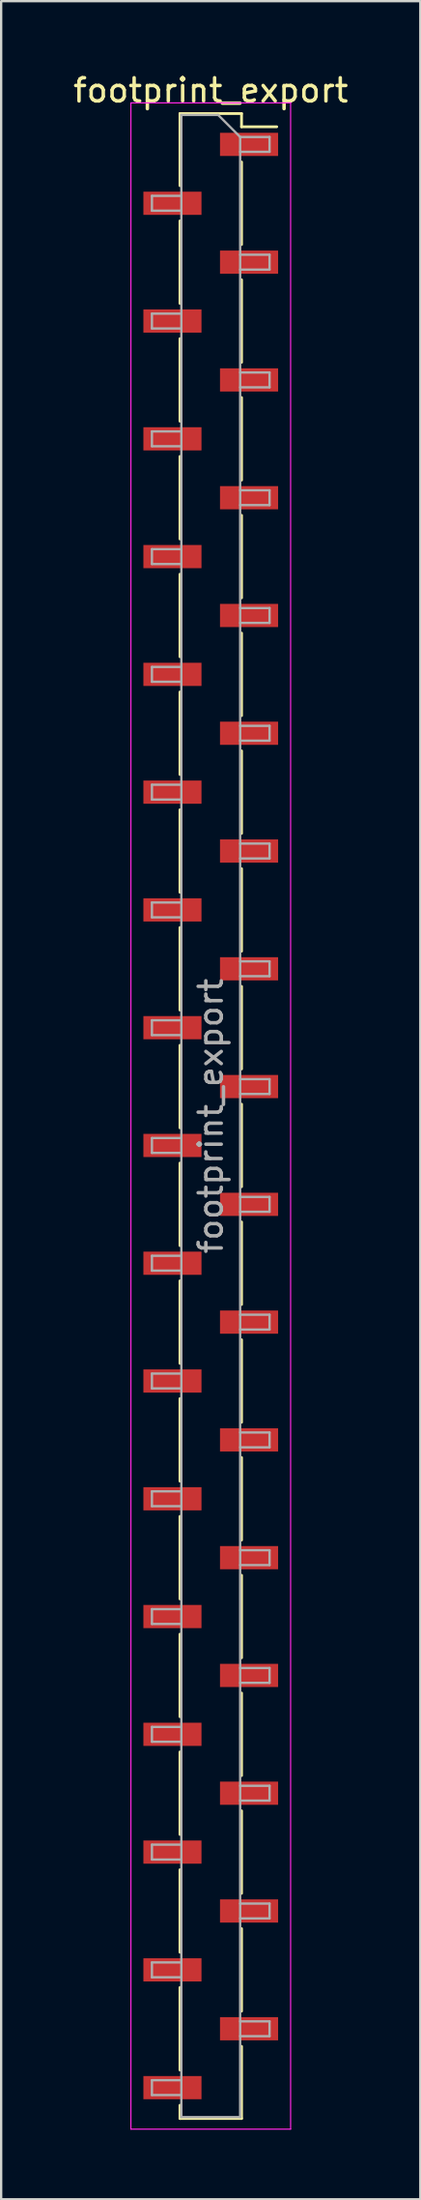
<source format=kicad_pcb>
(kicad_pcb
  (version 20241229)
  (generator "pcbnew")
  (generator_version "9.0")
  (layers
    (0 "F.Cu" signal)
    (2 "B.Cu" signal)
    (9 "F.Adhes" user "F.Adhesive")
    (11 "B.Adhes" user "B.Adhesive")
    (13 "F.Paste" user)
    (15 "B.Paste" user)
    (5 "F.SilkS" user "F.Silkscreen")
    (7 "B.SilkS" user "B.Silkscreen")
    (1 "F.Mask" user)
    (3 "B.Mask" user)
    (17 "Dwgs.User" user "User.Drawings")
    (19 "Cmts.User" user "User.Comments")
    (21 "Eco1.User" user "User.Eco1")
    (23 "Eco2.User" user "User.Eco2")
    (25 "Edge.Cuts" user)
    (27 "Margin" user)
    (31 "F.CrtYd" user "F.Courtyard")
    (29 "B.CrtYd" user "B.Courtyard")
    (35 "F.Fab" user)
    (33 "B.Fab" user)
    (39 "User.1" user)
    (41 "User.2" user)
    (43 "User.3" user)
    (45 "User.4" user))
  (footprint "footprint_export"
    (layer "F.Cu")
    (at 6.054 45.088)
    (property "Reference" "footprint_export" (at 0 -44.24 0) (layer "F.SilkS") (effects (font (size 1 1) (thickness 0.15))))
    (attr smd)
    (fp_line (start -1.33 -43.24) (end -1.33 -40.13) (stroke (width 0.12) (type solid)) (layer "F.SilkS"))
    (fp_line (start -1.33 -43.24) (end 1.33 -43.24) (stroke (width 0.12) (type solid)) (layer "F.SilkS"))
    (fp_line (start -1.33 -38.61) (end -1.33 -35.05) (stroke (width 0.12) (type solid)) (layer "F.SilkS"))
    (fp_line (start -1.33 -33.53) (end -1.33 -29.97) (stroke (width 0.12) (type solid)) (layer "F.SilkS"))
    (fp_line (start -1.33 -28.45) (end -1.33 -24.89) (stroke (width 0.12) (type solid)) (layer "F.SilkS"))
    (fp_line (start -1.33 -23.37) (end -1.33 -19.81) (stroke (width 0.12) (type solid)) (layer "F.SilkS"))
    (fp_line (start -1.33 -18.29) (end -1.33 -14.73) (stroke (width 0.12) (type solid)) (layer "F.SilkS"))
    (fp_line (start -1.33 -13.21) (end -1.33 -9.65) (stroke (width 0.12) (type solid)) (layer "F.SilkS"))
    (fp_line (start -1.33 -8.13) (end -1.33 -4.57) (stroke (width 0.12) (type solid)) (layer "F.SilkS"))
    (fp_line (start -1.33 -3.05) (end -1.33 0.51) (stroke (width 0.12) (type solid)) (layer "F.SilkS"))
    (fp_line (start -1.33 2.03) (end -1.33 5.59) (stroke (width 0.12) (type solid)) (layer "F.SilkS"))
    (fp_line (start -1.33 7.11) (end -1.33 10.67) (stroke (width 0.12) (type solid)) (layer "F.SilkS"))
    (fp_line (start -1.33 12.19) (end -1.33 15.75) (stroke (width 0.12) (type solid)) (layer "F.SilkS"))
    (fp_line (start -1.33 17.27) (end -1.33 20.83) (stroke (width 0.12) (type solid)) (layer "F.SilkS"))
    (fp_line (start -1.33 22.35) (end -1.33 25.91) (stroke (width 0.12) (type solid)) (layer "F.SilkS"))
    (fp_line (start -1.33 27.43) (end -1.33 30.99) (stroke (width 0.12) (type solid)) (layer "F.SilkS"))
    (fp_line (start -1.33 32.51) (end -1.33 36.07) (stroke (width 0.12) (type solid)) (layer "F.SilkS"))
    (fp_line (start -1.33 37.59) (end -1.33 41.15) (stroke (width 0.12) (type solid)) (layer "F.SilkS"))
    (fp_line (start -1.33 42.67) (end -1.33 43.24) (stroke (width 0.12) (type solid)) (layer "F.SilkS"))
    (fp_line (start -1.33 43.24) (end 1.33 43.24) (stroke (width 0.12) (type solid)) (layer "F.SilkS"))
    (fp_line (start 1.33 -43.24) (end 1.33 -42.67) (stroke (width 0.12) (type solid)) (layer "F.SilkS"))
    (fp_line (start 1.33 -42.67) (end 2.85 -42.67) (stroke (width 0.12) (type solid)) (layer "F.SilkS"))
    (fp_line (start 1.33 -41.15) (end 1.33 -37.59) (stroke (width 0.12) (type solid)) (layer "F.SilkS"))
    (fp_line (start 1.33 -36.07) (end 1.33 -32.51) (stroke (width 0.12) (type solid)) (layer "F.SilkS"))
    (fp_line (start 1.33 -30.99) (end 1.33 -27.43) (stroke (width 0.12) (type solid)) (layer "F.SilkS"))
    (fp_line (start 1.33 -25.91) (end 1.33 -22.35) (stroke (width 0.12) (type solid)) (layer "F.SilkS"))
    (fp_line (start 1.33 -20.83) (end 1.33 -17.27) (stroke (width 0.12) (type solid)) (layer "F.SilkS"))
    (fp_line (start 1.33 -15.75) (end 1.33 -12.19) (stroke (width 0.12) (type solid)) (layer "F.SilkS"))
    (fp_line (start 1.33 -10.67) (end 1.33 -7.11) (stroke (width 0.12) (type solid)) (layer "F.SilkS"))
    (fp_line (start 1.33 -5.59) (end 1.33 -2.03) (stroke (width 0.12) (type solid)) (layer "F.SilkS"))
    (fp_line (start 1.33 -0.51) (end 1.33 3.05) (stroke (width 0.12) (type solid)) (layer "F.SilkS"))
    (fp_line (start 1.33 4.57) (end 1.33 8.13) (stroke (width 0.12) (type solid)) (layer "F.SilkS"))
    (fp_line (start 1.33 9.65) (end 1.33 13.21) (stroke (width 0.12) (type solid)) (layer "F.SilkS"))
    (fp_line (start 1.33 14.73) (end 1.33 18.29) (stroke (width 0.12) (type solid)) (layer "F.SilkS"))
    (fp_line (start 1.33 19.81) (end 1.33 23.37) (stroke (width 0.12) (type solid)) (layer "F.SilkS"))
    (fp_line (start 1.33 24.89) (end 1.33 28.45) (stroke (width 0.12) (type solid)) (layer "F.SilkS"))
    (fp_line (start 1.33 29.97) (end 1.33 33.53) (stroke (width 0.12) (type solid)) (layer "F.SilkS"))
    (fp_line (start 1.33 35.05) (end 1.33 38.61) (stroke (width 0.12) (type solid)) (layer "F.SilkS"))
    (fp_line (start 1.33 40.13) (end 1.33 43.24) (stroke (width 0.12) (type solid)) (layer "F.SilkS"))
    (fp_line (start -3.45 -43.7) (end -3.45 43.7) (stroke (width 0.05) (type solid)) (layer "F.CrtYd"))
    (fp_line (start -3.45 43.7) (end 3.45 43.7) (stroke (width 0.05) (type solid)) (layer "F.CrtYd"))
    (fp_line (start 3.45 -43.7) (end -3.45 -43.7) (stroke (width 0.05) (type solid)) (layer "F.CrtYd"))
    (fp_line (start 3.45 43.7) (end 3.45 -43.7) (stroke (width 0.05) (type solid)) (layer "F.CrtYd"))
    (fp_line (start -2.54 -39.69) (end -2.54 -39.05) (stroke (width 0.1) (type solid)) (layer "F.Fab"))
    (fp_line (start -2.54 -39.05) (end -1.27 -39.05) (stroke (width 0.1) (type solid)) (layer "F.Fab"))
    (fp_line (start -2.54 -34.61) (end -2.54 -33.97) (stroke (width 0.1) (type solid)) (layer "F.Fab"))
    (fp_line (start -2.54 -33.97) (end -1.27 -33.97) (stroke (width 0.1) (type solid)) (layer "F.Fab"))
    (fp_line (start -2.54 -29.53) (end -2.54 -28.89) (stroke (width 0.1) (type solid)) (layer "F.Fab"))
    (fp_line (start -2.54 -28.89) (end -1.27 -28.89) (stroke (width 0.1) (type solid)) (layer "F.Fab"))
    (fp_line (start -2.54 -24.45) (end -2.54 -23.81) (stroke (width 0.1) (type solid)) (layer "F.Fab"))
    (fp_line (start -2.54 -23.81) (end -1.27 -23.81) (stroke (width 0.1) (type solid)) (layer "F.Fab"))
    (fp_line (start -2.54 -19.37) (end -2.54 -18.73) (stroke (width 0.1) (type solid)) (layer "F.Fab"))
    (fp_line (start -2.54 -18.73) (end -1.27 -18.73) (stroke (width 0.1) (type solid)) (layer "F.Fab"))
    (fp_line (start -2.54 -14.29) (end -2.54 -13.65) (stroke (width 0.1) (type solid)) (layer "F.Fab"))
    (fp_line (start -2.54 -13.65) (end -1.27 -13.65) (stroke (width 0.1) (type solid)) (layer "F.Fab"))
    (fp_line (start -2.54 -9.21) (end -2.54 -8.57) (stroke (width 0.1) (type solid)) (layer "F.Fab"))
    (fp_line (start -2.54 -8.57) (end -1.27 -8.57) (stroke (width 0.1) (type solid)) (layer "F.Fab"))
    (fp_line (start -2.54 -4.13) (end -2.54 -3.49) (stroke (width 0.1) (type solid)) (layer "F.Fab"))
    (fp_line (start -2.54 -3.49) (end -1.27 -3.49) (stroke (width 0.1) (type solid)) (layer "F.Fab"))
    (fp_line (start -2.54 0.95) (end -2.54 1.59) (stroke (width 0.1) (type solid)) (layer "F.Fab"))
    (fp_line (start -2.54 1.59) (end -1.27 1.59) (stroke (width 0.1) (type solid)) (layer "F.Fab"))
    (fp_line (start -2.54 6.03) (end -2.54 6.67) (stroke (width 0.1) (type solid)) (layer "F.Fab"))
    (fp_line (start -2.54 6.67) (end -1.27 6.67) (stroke (width 0.1) (type solid)) (layer "F.Fab"))
    (fp_line (start -2.54 11.11) (end -2.54 11.75) (stroke (width 0.1) (type solid)) (layer "F.Fab"))
    (fp_line (start -2.54 11.75) (end -1.27 11.75) (stroke (width 0.1) (type solid)) (layer "F.Fab"))
    (fp_line (start -2.54 16.19) (end -2.54 16.83) (stroke (width 0.1) (type solid)) (layer "F.Fab"))
    (fp_line (start -2.54 16.83) (end -1.27 16.83) (stroke (width 0.1) (type solid)) (layer "F.Fab"))
    (fp_line (start -2.54 21.27) (end -2.54 21.91) (stroke (width 0.1) (type solid)) (layer "F.Fab"))
    (fp_line (start -2.54 21.91) (end -1.27 21.91) (stroke (width 0.1) (type solid)) (layer "F.Fab"))
    (fp_line (start -2.54 26.35) (end -2.54 26.99) (stroke (width 0.1) (type solid)) (layer "F.Fab"))
    (fp_line (start -2.54 26.99) (end -1.27 26.99) (stroke (width 0.1) (type solid)) (layer "F.Fab"))
    (fp_line (start -2.54 31.43) (end -2.54 32.07) (stroke (width 0.1) (type solid)) (layer "F.Fab"))
    (fp_line (start -2.54 32.07) (end -1.27 32.07) (stroke (width 0.1) (type solid)) (layer "F.Fab"))
    (fp_line (start -2.54 36.51) (end -2.54 37.15) (stroke (width 0.1) (type solid)) (layer "F.Fab"))
    (fp_line (start -2.54 37.15) (end -1.27 37.15) (stroke (width 0.1) (type solid)) (layer "F.Fab"))
    (fp_line (start -2.54 41.59) (end -2.54 42.23) (stroke (width 0.1) (type solid)) (layer "F.Fab"))
    (fp_line (start -2.54 42.23) (end -1.27 42.23) (stroke (width 0.1) (type solid)) (layer "F.Fab"))
    (fp_line (start -1.27 -43.18) (end -1.27 43.18) (stroke (width 0.1) (type solid)) (layer "F.Fab"))
    (fp_line (start -1.27 -43.18) (end 0.32 -43.18) (stroke (width 0.1) (type solid)) (layer "F.Fab"))
    (fp_line (start -1.27 -39.69) (end -2.54 -39.69) (stroke (width 0.1) (type solid)) (layer "F.Fab"))
    (fp_line (start -1.27 -34.61) (end -2.54 -34.61) (stroke (width 0.1) (type solid)) (layer "F.Fab"))
    (fp_line (start -1.27 -29.53) (end -2.54 -29.53) (stroke (width 0.1) (type solid)) (layer "F.Fab"))
    (fp_line (start -1.27 -24.45) (end -2.54 -24.45) (stroke (width 0.1) (type solid)) (layer "F.Fab"))
    (fp_line (start -1.27 -19.37) (end -2.54 -19.37) (stroke (width 0.1) (type solid)) (layer "F.Fab"))
    (fp_line (start -1.27 -14.29) (end -2.54 -14.29) (stroke (width 0.1) (type solid)) (layer "F.Fab"))
    (fp_line (start -1.27 -9.21) (end -2.54 -9.21) (stroke (width 0.1) (type solid)) (layer "F.Fab"))
    (fp_line (start -1.27 -4.13) (end -2.54 -4.13) (stroke (width 0.1) (type solid)) (layer "F.Fab"))
    (fp_line (start -1.27 0.95) (end -2.54 0.95) (stroke (width 0.1) (type solid)) (layer "F.Fab"))
    (fp_line (start -1.27 6.03) (end -2.54 6.03) (stroke (width 0.1) (type solid)) (layer "F.Fab"))
    (fp_line (start -1.27 11.11) (end -2.54 11.11) (stroke (width 0.1) (type solid)) (layer "F.Fab"))
    (fp_line (start -1.27 16.19) (end -2.54 16.19) (stroke (width 0.1) (type solid)) (layer "F.Fab"))
    (fp_line (start -1.27 21.27) (end -2.54 21.27) (stroke (width 0.1) (type solid)) (layer "F.Fab"))
    (fp_line (start -1.27 26.35) (end -2.54 26.35) (stroke (width 0.1) (type solid)) (layer "F.Fab"))
    (fp_line (start -1.27 31.43) (end -2.54 31.43) (stroke (width 0.1) (type solid)) (layer "F.Fab"))
    (fp_line (start -1.27 36.51) (end -2.54 36.51) (stroke (width 0.1) (type solid)) (layer "F.Fab"))
    (fp_line (start -1.27 41.59) (end -2.54 41.59) (stroke (width 0.1) (type solid)) (layer "F.Fab"))
    (fp_line (start 1.27 -42.23) (end 0.32 -43.18) (stroke (width 0.1) (type solid)) (layer "F.Fab"))
    (fp_line (start 1.27 -42.23) (end 2.54 -42.23) (stroke (width 0.1) (type solid)) (layer "F.Fab"))
    (fp_line (start 1.27 -37.15) (end 2.54 -37.15) (stroke (width 0.1) (type solid)) (layer "F.Fab"))
    (fp_line (start 1.27 -32.07) (end 2.54 -32.07) (stroke (width 0.1) (type solid)) (layer "F.Fab"))
    (fp_line (start 1.27 -26.99) (end 2.54 -26.99) (stroke (width 0.1) (type solid)) (layer "F.Fab"))
    (fp_line (start 1.27 -21.91) (end 2.54 -21.91) (stroke (width 0.1) (type solid)) (layer "F.Fab"))
    (fp_line (start 1.27 -16.83) (end 2.54 -16.83) (stroke (width 0.1) (type solid)) (layer "F.Fab"))
    (fp_line (start 1.27 -11.75) (end 2.54 -11.75) (stroke (width 0.1) (type solid)) (layer "F.Fab"))
    (fp_line (start 1.27 -6.67) (end 2.54 -6.67) (stroke (width 0.1) (type solid)) (layer "F.Fab"))
    (fp_line (start 1.27 -1.59) (end 2.54 -1.59) (stroke (width 0.1) (type solid)) (layer "F.Fab"))
    (fp_line (start 1.27 3.49) (end 2.54 3.49) (stroke (width 0.1) (type solid)) (layer "F.Fab"))
    (fp_line (start 1.27 8.57) (end 2.54 8.57) (stroke (width 0.1) (type solid)) (layer "F.Fab"))
    (fp_line (start 1.27 13.65) (end 2.54 13.65) (stroke (width 0.1) (type solid)) (layer "F.Fab"))
    (fp_line (start 1.27 18.73) (end 2.54 18.73) (stroke (width 0.1) (type solid)) (layer "F.Fab"))
    (fp_line (start 1.27 23.81) (end 2.54 23.81) (stroke (width 0.1) (type solid)) (layer "F.Fab"))
    (fp_line (start 1.27 28.89) (end 2.54 28.89) (stroke (width 0.1) (type solid)) (layer "F.Fab"))
    (fp_line (start 1.27 33.97) (end 2.54 33.97) (stroke (width 0.1) (type solid)) (layer "F.Fab"))
    (fp_line (start 1.27 39.05) (end 2.54 39.05) (stroke (width 0.1) (type solid)) (layer "F.Fab"))
    (fp_line (start 1.27 43.18) (end -1.27 43.18) (stroke (width 0.1) (type solid)) (layer "F.Fab"))
    (fp_line (start 1.27 43.18) (end 1.27 -42.23) (stroke (width 0.1) (type solid)) (layer "F.Fab"))
    (fp_line (start 2.54 -42.23) (end 2.54 -41.59) (stroke (width 0.1) (type solid)) (layer "F.Fab"))
    (fp_line (start 2.54 -41.59) (end 1.27 -41.59) (stroke (width 0.1) (type solid)) (layer "F.Fab"))
    (fp_line (start 2.54 -37.15) (end 2.54 -36.51) (stroke (width 0.1) (type solid)) (layer "F.Fab"))
    (fp_line (start 2.54 -36.51) (end 1.27 -36.51) (stroke (width 0.1) (type solid)) (layer "F.Fab"))
    (fp_line (start 2.54 -32.07) (end 2.54 -31.43) (stroke (width 0.1) (type solid)) (layer "F.Fab"))
    (fp_line (start 2.54 -31.43) (end 1.27 -31.43) (stroke (width 0.1) (type solid)) (layer "F.Fab"))
    (fp_line (start 2.54 -26.99) (end 2.54 -26.35) (stroke (width 0.1) (type solid)) (layer "F.Fab"))
    (fp_line (start 2.54 -26.35) (end 1.27 -26.35) (stroke (width 0.1) (type solid)) (layer "F.Fab"))
    (fp_line (start 2.54 -21.91) (end 2.54 -21.27) (stroke (width 0.1) (type solid)) (layer "F.Fab"))
    (fp_line (start 2.54 -21.27) (end 1.27 -21.27) (stroke (width 0.1) (type solid)) (layer "F.Fab"))
    (fp_line (start 2.54 -16.83) (end 2.54 -16.19) (stroke (width 0.1) (type solid)) (layer "F.Fab"))
    (fp_line (start 2.54 -16.19) (end 1.27 -16.19) (stroke (width 0.1) (type solid)) (layer "F.Fab"))
    (fp_line (start 2.54 -11.75) (end 2.54 -11.11) (stroke (width 0.1) (type solid)) (layer "F.Fab"))
    (fp_line (start 2.54 -11.11) (end 1.27 -11.11) (stroke (width 0.1) (type solid)) (layer "F.Fab"))
    (fp_line (start 2.54 -6.67) (end 2.54 -6.03) (stroke (width 0.1) (type solid)) (layer "F.Fab"))
    (fp_line (start 2.54 -6.03) (end 1.27 -6.03) (stroke (width 0.1) (type solid)) (layer "F.Fab"))
    (fp_line (start 2.54 -1.59) (end 2.54 -0.95) (stroke (width 0.1) (type solid)) (layer "F.Fab"))
    (fp_line (start 2.54 -0.95) (end 1.27 -0.95) (stroke (width 0.1) (type solid)) (layer "F.Fab"))
    (fp_line (start 2.54 3.49) (end 2.54 4.13) (stroke (width 0.1) (type solid)) (layer "F.Fab"))
    (fp_line (start 2.54 4.13) (end 1.27 4.13) (stroke (width 0.1) (type solid)) (layer "F.Fab"))
    (fp_line (start 2.54 8.57) (end 2.54 9.21) (stroke (width 0.1) (type solid)) (layer "F.Fab"))
    (fp_line (start 2.54 9.21) (end 1.27 9.21) (stroke (width 0.1) (type solid)) (layer "F.Fab"))
    (fp_line (start 2.54 13.65) (end 2.54 14.29) (stroke (width 0.1) (type solid)) (layer "F.Fab"))
    (fp_line (start 2.54 14.29) (end 1.27 14.29) (stroke (width 0.1) (type solid)) (layer "F.Fab"))
    (fp_line (start 2.54 18.73) (end 2.54 19.37) (stroke (width 0.1) (type solid)) (layer "F.Fab"))
    (fp_line (start 2.54 19.37) (end 1.27 19.37) (stroke (width 0.1) (type solid)) (layer "F.Fab"))
    (fp_line (start 2.54 23.81) (end 2.54 24.45) (stroke (width 0.1) (type solid)) (layer "F.Fab"))
    (fp_line (start 2.54 24.45) (end 1.27 24.45) (stroke (width 0.1) (type solid)) (layer "F.Fab"))
    (fp_line (start 2.54 28.89) (end 2.54 29.53) (stroke (width 0.1) (type solid)) (layer "F.Fab"))
    (fp_line (start 2.54 29.53) (end 1.27 29.53) (stroke (width 0.1) (type solid)) (layer "F.Fab"))
    (fp_line (start 2.54 33.97) (end 2.54 34.61) (stroke (width 0.1) (type solid)) (layer "F.Fab"))
    (fp_line (start 2.54 34.61) (end 1.27 34.61) (stroke (width 0.1) (type solid)) (layer "F.Fab"))
    (fp_line (start 2.54 39.05) (end 2.54 39.69) (stroke (width 0.1) (type solid)) (layer "F.Fab"))
    (fp_line (start 2.54 39.69) (end 1.27 39.69) (stroke (width 0.1) (type solid)) (layer "F.Fab"))
    (fp_text user "${REFERENCE}" (at 0 0 90) (layer "F.Fab") (effects (font (size 1 1) (thickness 0.15))))
    (pad "1" smd rect (at 1.655 -41.91) (size 2.51 1) (layers "F.Cu" "F.Mask" "F.Paste"))
    (pad "2" smd rect (at -1.655 -39.37) (size 2.51 1) (layers "F.Cu" "F.Mask" "F.Paste"))
    (pad "3" smd rect (at 1.655 -36.83) (size 2.51 1) (layers "F.Cu" "F.Mask" "F.Paste"))
    (pad "4" smd rect (at -1.655 -34.29) (size 2.51 1) (layers "F.Cu" "F.Mask" "F.Paste"))
    (pad "5" smd rect (at 1.655 -31.75) (size 2.51 1) (layers "F.Cu" "F.Mask" "F.Paste"))
    (pad "6" smd rect (at -1.655 -29.21) (size 2.51 1) (layers "F.Cu" "F.Mask" "F.Paste"))
    (pad "7" smd rect (at 1.655 -26.67) (size 2.51 1) (layers "F.Cu" "F.Mask" "F.Paste"))
    (pad "8" smd rect (at -1.655 -24.13) (size 2.51 1) (layers "F.Cu" "F.Mask" "F.Paste"))
    (pad "9" smd rect (at 1.655 -21.59) (size 2.51 1) (layers "F.Cu" "F.Mask" "F.Paste"))
    (pad "10" smd rect (at -1.655 -19.05) (size 2.51 1) (layers "F.Cu" "F.Mask" "F.Paste"))
    (pad "11" smd rect (at 1.655 -16.51) (size 2.51 1) (layers "F.Cu" "F.Mask" "F.Paste"))
    (pad "12" smd rect (at -1.655 -13.97) (size 2.51 1) (layers "F.Cu" "F.Mask" "F.Paste"))
    (pad "13" smd rect (at 1.655 -11.43) (size 2.51 1) (layers "F.Cu" "F.Mask" "F.Paste"))
    (pad "14" smd rect (at -1.655 -8.89) (size 2.51 1) (layers "F.Cu" "F.Mask" "F.Paste"))
    (pad "15" smd rect (at 1.655 -6.35) (size 2.51 1) (layers "F.Cu" "F.Mask" "F.Paste"))
    (pad "16" smd rect (at -1.655 -3.81) (size 2.51 1) (layers "F.Cu" "F.Mask" "F.Paste"))
    (pad "17" smd rect (at 1.655 -1.27) (size 2.51 1) (layers "F.Cu" "F.Mask" "F.Paste"))
    (pad "18" smd rect (at -1.655 1.27) (size 2.51 1) (layers "F.Cu" "F.Mask" "F.Paste"))
    (pad "19" smd rect (at 1.655 3.81) (size 2.51 1) (layers "F.Cu" "F.Mask" "F.Paste"))
    (pad "20" smd rect (at -1.655 6.35) (size 2.51 1) (layers "F.Cu" "F.Mask" "F.Paste"))
    (pad "21" smd rect (at 1.655 8.89) (size 2.51 1) (layers "F.Cu" "F.Mask" "F.Paste"))
    (pad "22" smd rect (at -1.655 11.43) (size 2.51 1) (layers "F.Cu" "F.Mask" "F.Paste"))
    (pad "23" smd rect (at 1.655 13.97) (size 2.51 1) (layers "F.Cu" "F.Mask" "F.Paste"))
    (pad "24" smd rect (at -1.655 16.51) (size 2.51 1) (layers "F.Cu" "F.Mask" "F.Paste"))
    (pad "25" smd rect (at 1.655 19.05) (size 2.51 1) (layers "F.Cu" "F.Mask" "F.Paste"))
    (pad "26" smd rect (at -1.655 21.59) (size 2.51 1) (layers "F.Cu" "F.Mask" "F.Paste"))
    (pad "27" smd rect (at 1.655 24.13) (size 2.51 1) (layers "F.Cu" "F.Mask" "F.Paste"))
    (pad "28" smd rect (at -1.655 26.67) (size 2.51 1) (layers "F.Cu" "F.Mask" "F.Paste"))
    (pad "29" smd rect (at 1.655 29.21) (size 2.51 1) (layers "F.Cu" "F.Mask" "F.Paste"))
    (pad "30" smd rect (at -1.655 31.75) (size 2.51 1) (layers "F.Cu" "F.Mask" "F.Paste"))
    (pad "31" smd rect (at 1.655 34.29) (size 2.51 1) (layers "F.Cu" "F.Mask" "F.Paste"))
    (pad "32" smd rect (at -1.655 36.83) (size 2.51 1) (layers "F.Cu" "F.Mask" "F.Paste"))
    (pad "33" smd rect (at 1.655 39.37) (size 2.51 1) (layers "F.Cu" "F.Mask" "F.Paste"))
    (pad "34" smd rect (at -1.655 41.91) (size 2.51 1) (layers "F.Cu" "F.Mask" "F.Paste")))
  (gr_rect
    (start -3 -3)
    (end 15.107 91.813)
    (stroke (width 0.1) (type default))
    (fill no)
    (layer "Edge.Cuts")))
</source>
